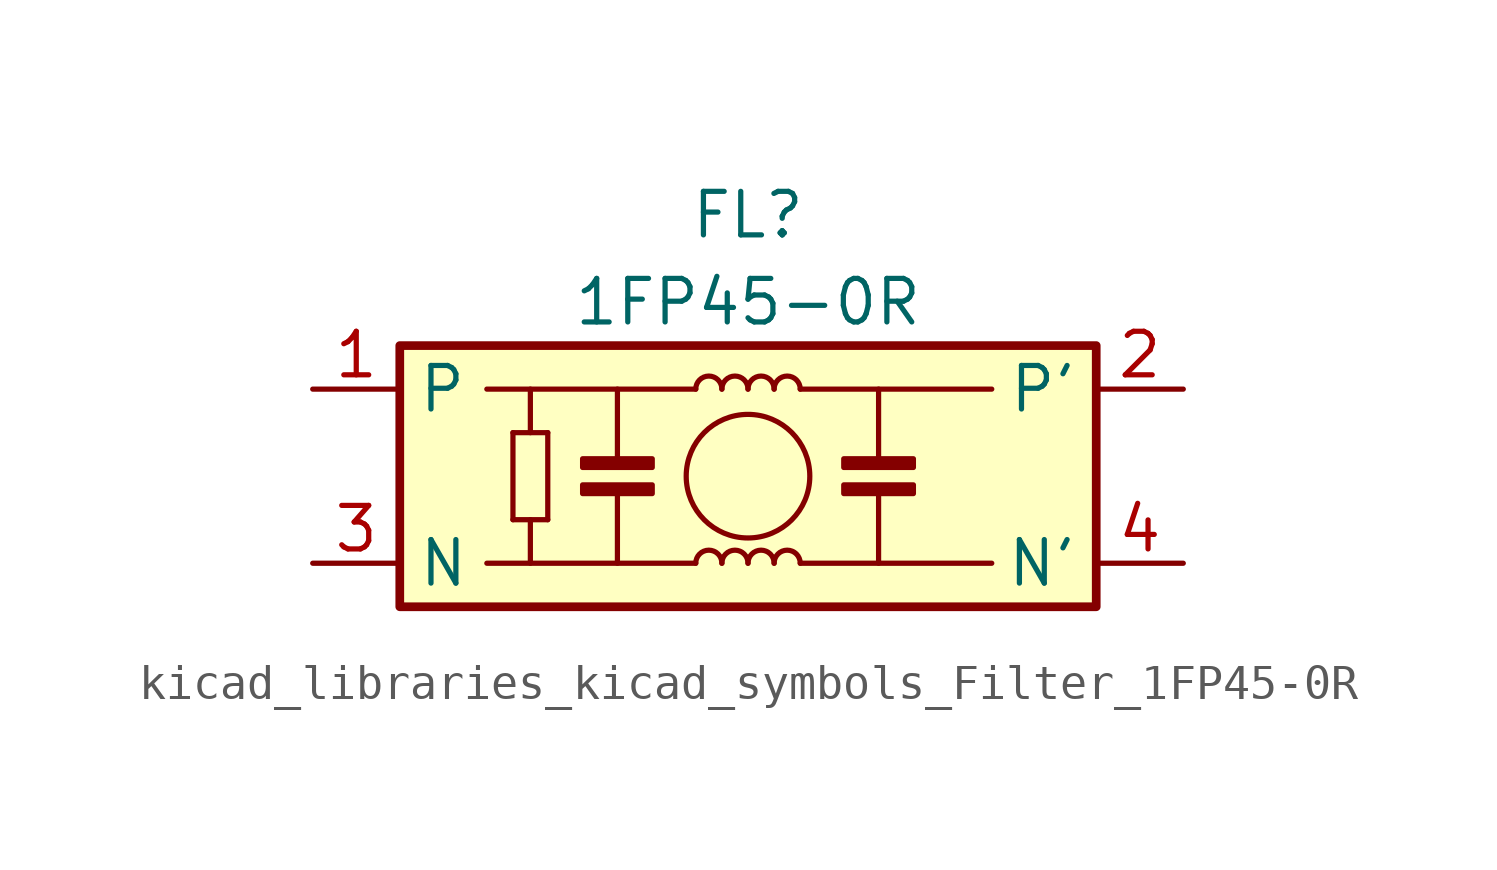
<source format=kicad_sym>
(kicad_symbol_lib
  (version 20220914)
  (generator kicad_symbol_editor)
  (symbol "kicad_libraries_kicad_symbols_Filter_1FP45-0R"
    (property "Reference" "FL"
      (at 0 7.62 0)
      (effects (font (size 1.27 1.27))))
    (property "Value" "1FP45-0R"
      (at 0 5.08 0)
      (effects (font (size 1.27 1.27))))
    (symbol "kicad_libraries_kicad_symbols_Filter_1FP45-0R_1_1"
      (rectangle (start -10.16 3.81) (end 10.16 -3.81) (stroke (width 0.254) (type default)) (fill (type background)))
      (rectangle (start -4.826 -0.254) (end -2.794 -0.508) (stroke (width 0) (type default)) (fill (type outline)))
      (rectangle (start -4.826 0.254) (end -2.794 0.508) (stroke (width 0) (type default)) (fill (type outline)))
      (arc (start -0.762 -2.54) (mid -1.143 -2.1606) (end -1.524 -2.54) (stroke (width 0) (type default)) (fill (type none)))
      (arc (start -0.762 2.54) (mid -1.143 2.9194) (end -1.524 2.54) (stroke (width 0) (type default)) (fill (type none)))
      (arc (start 0 -2.54) (mid -0.381 -2.1606) (end -0.762 -2.54) (stroke (width 0) (type default)) (fill (type none)))
      (polyline (pts (xy -6.858 -1.27) (xy -6.858 1.27)) (stroke (width 0) (type default)) (fill (type none)))
      (polyline (pts (xy -6.858 -1.27) (xy -5.842 -1.27)) (stroke (width 0) (type default)) (fill (type none)))
      (polyline (pts (xy -6.858 1.27) (xy -5.842 1.27)) (stroke (width 0) (type default)) (fill (type none)))
      (polyline (pts (xy -6.35 -1.27) (xy -6.35 -2.54)) (stroke (width 0) (type default)) (fill (type none)))
      (polyline (pts (xy -6.35 1.27) (xy -6.35 2.54)) (stroke (width 0) (type default)) (fill (type none)))
      (polyline (pts (xy -5.842 -1.27) (xy -5.842 1.27)) (stroke (width 0) (type default)) (fill (type none)))
      (polyline (pts (xy -3.81 -0.508) (xy -3.81 -2.54)) (stroke (width 0) (type default)) (fill (type none)))
      (polyline (pts (xy -3.81 0.508) (xy -3.81 2.54)) (stroke (width 0) (type default)) (fill (type none)))
      (polyline (pts (xy -1.524 -2.54) (xy -7.62 -2.54)) (stroke (width 0) (type default)) (fill (type none)))
      (polyline (pts (xy -1.524 2.54) (xy -7.62 2.54)) (stroke (width 0) (type default)) (fill (type none)))
      (polyline (pts (xy 1.524 -2.54) (xy 7.112 -2.54)) (stroke (width 0) (type default)) (fill (type none)))
      (polyline (pts (xy 3.81 -0.508) (xy 3.81 -2.54)) (stroke (width 0) (type default)) (fill (type none)))
      (polyline (pts (xy 3.81 0.508) (xy 3.81 2.54)) (stroke (width 0) (type default)) (fill (type none)))
      (polyline (pts (xy 7.112 2.54) (xy 1.524 2.54)) (stroke (width 0) (type default)) (fill (type none)))
      (circle (center 0 0) (radius 1.803) (stroke (width 0) (type default)) (fill (type none)))
      (arc (start 0 2.54) (mid -0.381 2.9194) (end -0.762 2.54) (stroke (width 0) (type default)) (fill (type none)))
      (arc (start 0.762 -2.54) (mid 0.381 -2.1606) (end 0 -2.54) (stroke (width 0) (type default)) (fill (type none)))
      (arc (start 0.762 2.54) (mid 0.381 2.9194) (end 0 2.54) (stroke (width 0) (type default)) (fill (type none)))
      (arc (start 1.524 -2.54) (mid 1.143 -2.1606) (end 0.762 -2.54) (stroke (width 0) (type default)) (fill (type none)))
      (arc (start 1.524 2.54) (mid 1.143 2.9194) (end 0.762 2.54) (stroke (width 0) (type default)) (fill (type none)))
      (rectangle (start 2.794 -0.254) (end 4.826 -0.508) (stroke (width 0) (type default)) (fill (type outline)))
      (rectangle (start 2.794 0.254) (end 4.826 0.508) (stroke (width 0) (type default)) (fill (type outline)))
      (pin passive line (at -12.7 2.54 0) (length 2.54) (name "P" (effects (font (size 1.27 1.27)))) (number "1" (effects (font (size 1.27 1.27)))))
      (pin passive line (at 12.7 2.54 180) (length 2.54) (name "P'" (effects (font (size 1.27 1.27)))) (number "2" (effects (font (size 1.27 1.27)))))
      (pin passive line (at -12.7 -2.54 0) (length 2.54) (name "N" (effects (font (size 1.27 1.27)))) (number "3" (effects (font (size 1.27 1.27)))))
      (pin passive line (at 12.7 -2.54 180) (length 2.54) (name "N'" (effects (font (size 1.27 1.27)))) (number "4" (effects (font (size 1.27 1.27))))))))
</source>
